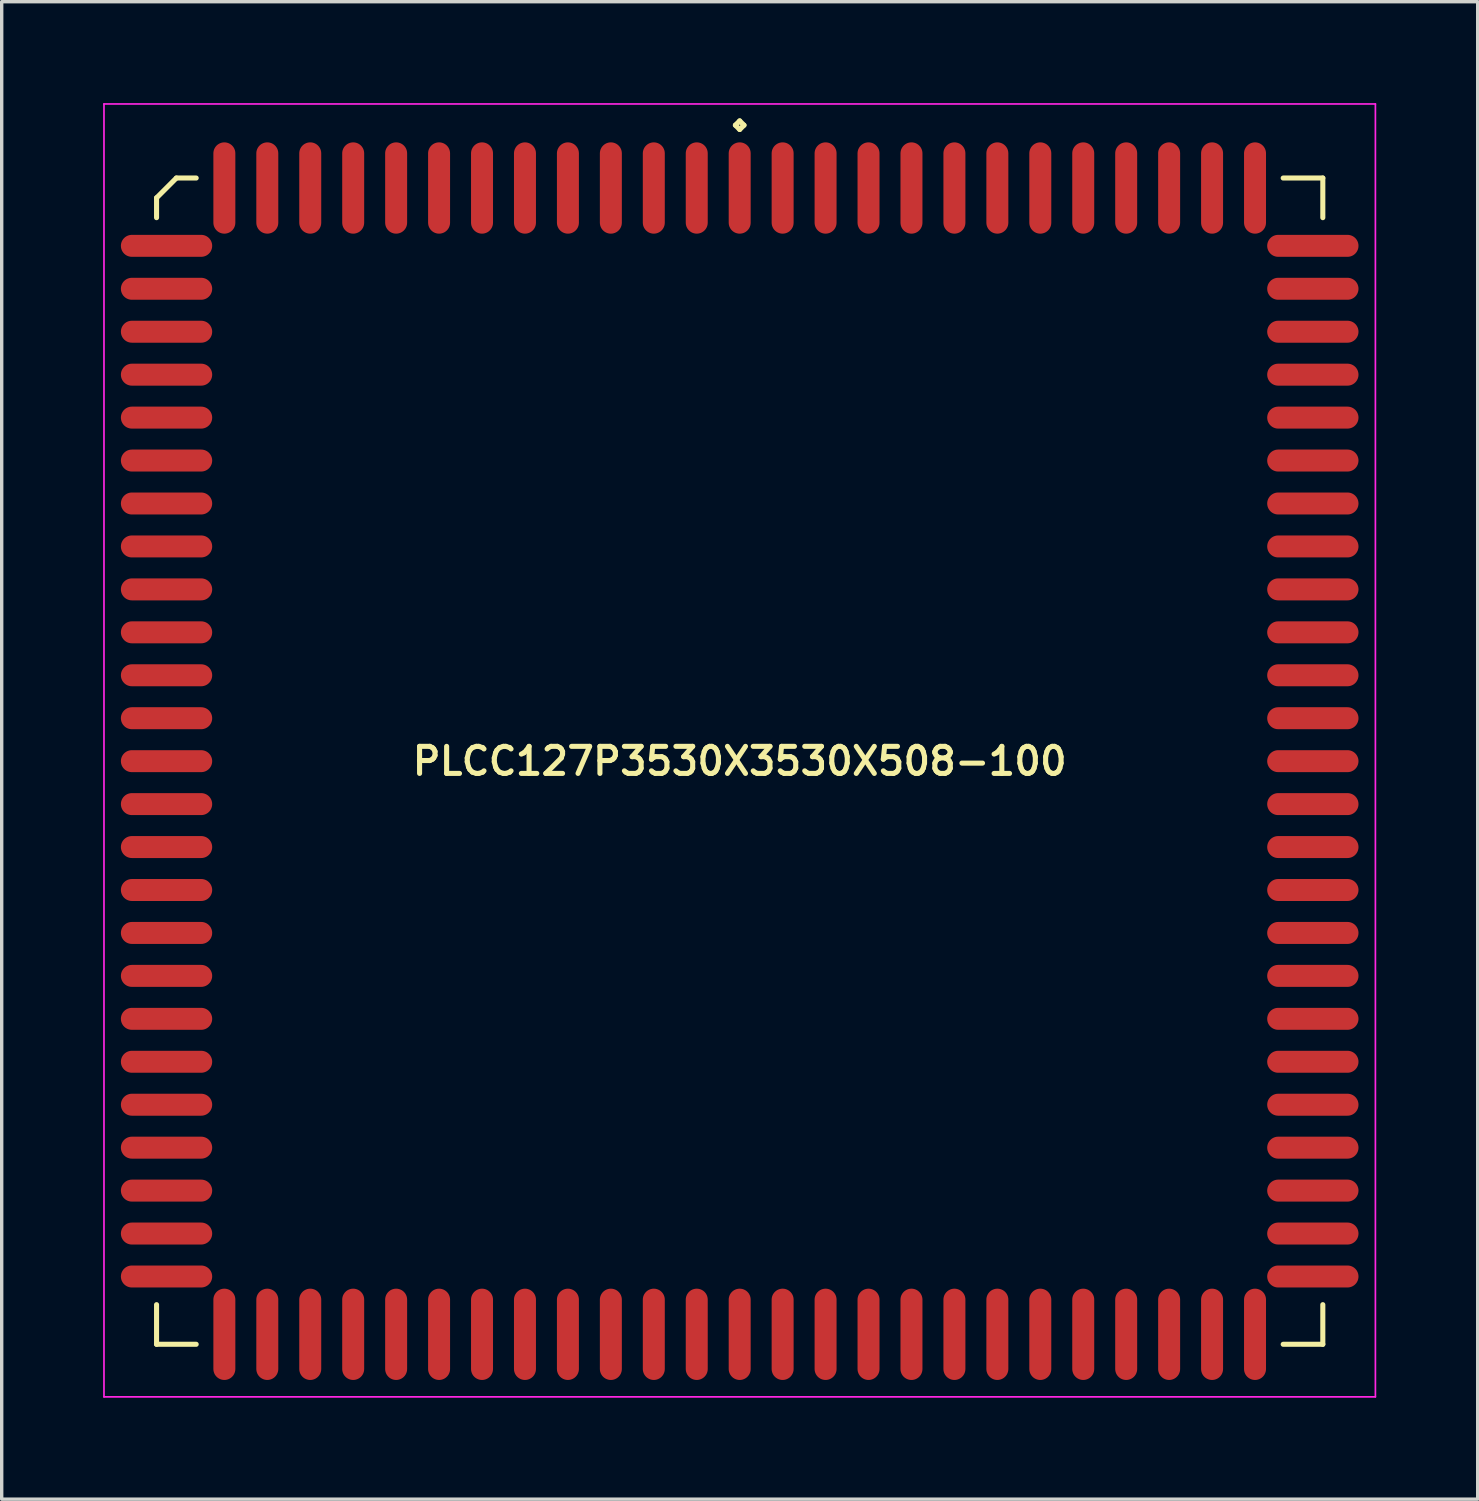
<source format=kicad_pcb>
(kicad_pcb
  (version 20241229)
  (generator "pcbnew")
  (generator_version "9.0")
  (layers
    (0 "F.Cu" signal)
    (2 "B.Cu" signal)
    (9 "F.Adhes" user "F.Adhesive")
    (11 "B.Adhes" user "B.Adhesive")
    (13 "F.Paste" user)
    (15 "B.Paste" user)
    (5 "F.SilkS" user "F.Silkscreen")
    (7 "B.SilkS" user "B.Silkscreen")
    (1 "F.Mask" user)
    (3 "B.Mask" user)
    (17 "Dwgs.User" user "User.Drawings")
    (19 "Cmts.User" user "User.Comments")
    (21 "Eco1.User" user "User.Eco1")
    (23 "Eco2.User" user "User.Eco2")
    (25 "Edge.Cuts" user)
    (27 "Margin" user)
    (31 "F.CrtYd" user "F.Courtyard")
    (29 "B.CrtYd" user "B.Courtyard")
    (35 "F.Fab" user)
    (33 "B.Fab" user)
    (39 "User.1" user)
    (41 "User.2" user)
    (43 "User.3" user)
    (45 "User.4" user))
  (footprint "PLCC127P3530X3530X508-100"
    (layer "F.Cu")
    (at 18.825 19.46)
    (property "Reference" "PLCC127P3530X3530X508-100" (at 0 0 0) (layer "F.SilkS") (effects (font (size 0.8 0.8) (thickness 0.15))))
    (attr smd)
    (fp_line (start -17.245 -16.659) (end -16.659 -17.245) (stroke (width 0.15) (type solid)) (layer "F.SilkS"))
    (fp_line (start -17.245 -16.073) (end -17.245 -16.659) (stroke (width 0.15) (type solid)) (layer "F.SilkS"))
    (fp_line (start -17.245 16.073) (end -17.245 17.245) (stroke (width 0.15) (type solid)) (layer "F.SilkS"))
    (fp_line (start -17.245 17.245) (end -16.073 17.245) (stroke (width 0.15) (type solid)) (layer "F.SilkS"))
    (fp_line (start -16.659 -17.245) (end -16.073 -17.245) (stroke (width 0.15) (type solid)) (layer "F.SilkS"))
    (fp_line (start -0.127 -18.808) (end 0 -18.935) (stroke (width 0.15) (type solid)) (layer "F.SilkS"))
    (fp_line (start 0 -18.935) (end 0.127 -18.808) (stroke (width 0.15) (type solid)) (layer "F.SilkS"))
    (fp_line (start 0 -18.681) (end -0.127 -18.808) (stroke (width 0.15) (type solid)) (layer "F.SilkS"))
    (fp_line (start 0.127 -18.808) (end 0 -18.681) (stroke (width 0.15) (type solid)) (layer "F.SilkS"))
    (fp_line (start 17.245 -17.245) (end 16.073 -17.245) (stroke (width 0.15) (type solid)) (layer "F.SilkS"))
    (fp_line (start 17.245 -16.073) (end 17.245 -17.245) (stroke (width 0.15) (type solid)) (layer "F.SilkS"))
    (fp_line (start 17.245 16.073) (end 17.245 17.245) (stroke (width 0.15) (type solid)) (layer "F.SilkS"))
    (fp_line (start 17.245 17.245) (end 16.073 17.245) (stroke (width 0.15) (type solid)) (layer "F.SilkS"))
    (fp_line (start -18.8 -19.435) (end 18.8 -19.435) (stroke (width 0.05) (type solid)) (layer "F.CrtYd"))
    (fp_line (start -18.8 18.8) (end -18.8 -19.435) (stroke (width 0.05) (type solid)) (layer "F.CrtYd"))
    (fp_line (start 18.8 -19.435) (end 18.8 18.8) (stroke (width 0.05) (type solid)) (layer "F.CrtYd"))
    (fp_line (start 18.8 18.8) (end -18.8 18.8) (stroke (width 0.05) (type solid)) (layer "F.CrtYd"))
    (pad "1" smd oval (at 0 -16.95) (size 0.65 2.7) (layers "F.Cu" "F.Mask" "F.Paste"))
    (pad "2" smd oval (at -1.27 -16.95) (size 0.65 2.7) (layers "F.Cu" "F.Mask" "F.Paste"))
    (pad "3" smd oval (at -2.54 -16.95) (size 0.65 2.7) (layers "F.Cu" "F.Mask" "F.Paste"))
    (pad "4" smd oval (at -3.81 -16.95) (size 0.65 2.7) (layers "F.Cu" "F.Mask" "F.Paste"))
    (pad "5" smd oval (at -5.08 -16.95) (size 0.65 2.7) (layers "F.Cu" "F.Mask" "F.Paste"))
    (pad "6" smd oval (at -6.35 -16.95) (size 0.65 2.7) (layers "F.Cu" "F.Mask" "F.Paste"))
    (pad "7" smd oval (at -7.62 -16.95) (size 0.65 2.7) (layers "F.Cu" "F.Mask" "F.Paste"))
    (pad "8" smd oval (at -8.89 -16.95) (size 0.65 2.7) (layers "F.Cu" "F.Mask" "F.Paste"))
    (pad "9" smd oval (at -10.16 -16.95) (size 0.65 2.7) (layers "F.Cu" "F.Mask" "F.Paste"))
    (pad "10" smd oval (at -11.43 -16.95) (size 0.65 2.7) (layers "F.Cu" "F.Mask" "F.Paste"))
    (pad "11" smd oval (at -12.7 -16.95) (size 0.65 2.7) (layers "F.Cu" "F.Mask" "F.Paste"))
    (pad "12" smd oval (at -13.97 -16.95) (size 0.65 2.7) (layers "F.Cu" "F.Mask" "F.Paste"))
    (pad "13" smd oval (at -15.24 -16.95) (size 0.65 2.7) (layers "F.Cu" "F.Mask" "F.Paste"))
    (pad "14" smd oval (at -16.95 -15.24) (size 2.7 0.65) (layers "F.Cu" "F.Mask" "F.Paste"))
    (pad "15" smd oval (at -16.95 -13.97) (size 2.7 0.65) (layers "F.Cu" "F.Mask" "F.Paste"))
    (pad "16" smd oval (at -16.95 -12.7) (size 2.7 0.65) (layers "F.Cu" "F.Mask" "F.Paste"))
    (pad "17" smd oval (at -16.95 -11.43) (size 2.7 0.65) (layers "F.Cu" "F.Mask" "F.Paste"))
    (pad "18" smd oval (at -16.95 -10.16) (size 2.7 0.65) (layers "F.Cu" "F.Mask" "F.Paste"))
    (pad "19" smd oval (at -16.95 -8.89) (size 2.7 0.65) (layers "F.Cu" "F.Mask" "F.Paste"))
    (pad "20" smd oval (at -16.95 -7.62) (size 2.7 0.65) (layers "F.Cu" "F.Mask" "F.Paste"))
    (pad "21" smd oval (at -16.95 -6.35) (size 2.7 0.65) (layers "F.Cu" "F.Mask" "F.Paste"))
    (pad "22" smd oval (at -16.95 -5.08) (size 2.7 0.65) (layers "F.Cu" "F.Mask" "F.Paste"))
    (pad "23" smd oval (at -16.95 -3.81) (size 2.7 0.65) (layers "F.Cu" "F.Mask" "F.Paste"))
    (pad "24" smd oval (at -16.95 -2.54) (size 2.7 0.65) (layers "F.Cu" "F.Mask" "F.Paste"))
    (pad "25" smd oval (at -16.95 -1.27) (size 2.7 0.65) (layers "F.Cu" "F.Mask" "F.Paste"))
    (pad "26" smd oval (at -16.95 0) (size 2.7 0.65) (layers "F.Cu" "F.Mask" "F.Paste"))
    (pad "27" smd oval (at -16.95 1.27) (size 2.7 0.65) (layers "F.Cu" "F.Mask" "F.Paste"))
    (pad "28" smd oval (at -16.95 2.54) (size 2.7 0.65) (layers "F.Cu" "F.Mask" "F.Paste"))
    (pad "29" smd oval (at -16.95 3.81) (size 2.7 0.65) (layers "F.Cu" "F.Mask" "F.Paste"))
    (pad "30" smd oval (at -16.95 5.08) (size 2.7 0.65) (layers "F.Cu" "F.Mask" "F.Paste"))
    (pad "31" smd oval (at -16.95 6.35) (size 2.7 0.65) (layers "F.Cu" "F.Mask" "F.Paste"))
    (pad "32" smd oval (at -16.95 7.62) (size 2.7 0.65) (layers "F.Cu" "F.Mask" "F.Paste"))
    (pad "33" smd oval (at -16.95 8.89) (size 2.7 0.65) (layers "F.Cu" "F.Mask" "F.Paste"))
    (pad "34" smd oval (at -16.95 10.16) (size 2.7 0.65) (layers "F.Cu" "F.Mask" "F.Paste"))
    (pad "35" smd oval (at -16.95 11.43) (size 2.7 0.65) (layers "F.Cu" "F.Mask" "F.Paste"))
    (pad "36" smd oval (at -16.95 12.7) (size 2.7 0.65) (layers "F.Cu" "F.Mask" "F.Paste"))
    (pad "37" smd oval (at -16.95 13.97) (size 2.7 0.65) (layers "F.Cu" "F.Mask" "F.Paste"))
    (pad "38" smd oval (at -16.95 15.24) (size 2.7 0.65) (layers "F.Cu" "F.Mask" "F.Paste"))
    (pad "39" smd oval (at -15.24 16.95) (size 0.65 2.7) (layers "F.Cu" "F.Mask" "F.Paste"))
    (pad "40" smd oval (at -13.97 16.95) (size 0.65 2.7) (layers "F.Cu" "F.Mask" "F.Paste"))
    (pad "41" smd oval (at -12.7 16.95) (size 0.65 2.7) (layers "F.Cu" "F.Mask" "F.Paste"))
    (pad "42" smd oval (at -11.43 16.95) (size 0.65 2.7) (layers "F.Cu" "F.Mask" "F.Paste"))
    (pad "43" smd oval (at -10.16 16.95) (size 0.65 2.7) (layers "F.Cu" "F.Mask" "F.Paste"))
    (pad "44" smd oval (at -8.89 16.95) (size 0.65 2.7) (layers "F.Cu" "F.Mask" "F.Paste"))
    (pad "45" smd oval (at -7.62 16.95) (size 0.65 2.7) (layers "F.Cu" "F.Mask" "F.Paste"))
    (pad "46" smd oval (at -6.35 16.95) (size 0.65 2.7) (layers "F.Cu" "F.Mask" "F.Paste"))
    (pad "47" smd oval (at -5.08 16.95) (size 0.65 2.7) (layers "F.Cu" "F.Mask" "F.Paste"))
    (pad "48" smd oval (at -3.81 16.95) (size 0.65 2.7) (layers "F.Cu" "F.Mask" "F.Paste"))
    (pad "49" smd oval (at -2.54 16.95) (size 0.65 2.7) (layers "F.Cu" "F.Mask" "F.Paste"))
    (pad "50" smd oval (at -1.27 16.95) (size 0.65 2.7) (layers "F.Cu" "F.Mask" "F.Paste"))
    (pad "51" smd oval (at 0 16.95) (size 0.65 2.7) (layers "F.Cu" "F.Mask" "F.Paste"))
    (pad "52" smd oval (at 1.27 16.95) (size 0.65 2.7) (layers "F.Cu" "F.Mask" "F.Paste"))
    (pad "53" smd oval (at 2.54 16.95) (size 0.65 2.7) (layers "F.Cu" "F.Mask" "F.Paste"))
    (pad "54" smd oval (at 3.81 16.95) (size 0.65 2.7) (layers "F.Cu" "F.Mask" "F.Paste"))
    (pad "55" smd oval (at 5.08 16.95) (size 0.65 2.7) (layers "F.Cu" "F.Mask" "F.Paste"))
    (pad "56" smd oval (at 6.35 16.95) (size 0.65 2.7) (layers "F.Cu" "F.Mask" "F.Paste"))
    (pad "57" smd oval (at 7.62 16.95) (size 0.65 2.7) (layers "F.Cu" "F.Mask" "F.Paste"))
    (pad "58" smd oval (at 8.89 16.95) (size 0.65 2.7) (layers "F.Cu" "F.Mask" "F.Paste"))
    (pad "59" smd oval (at 10.16 16.95) (size 0.65 2.7) (layers "F.Cu" "F.Mask" "F.Paste"))
    (pad "60" smd oval (at 11.43 16.95) (size 0.65 2.7) (layers "F.Cu" "F.Mask" "F.Paste"))
    (pad "61" smd oval (at 12.7 16.95) (size 0.65 2.7) (layers "F.Cu" "F.Mask" "F.Paste"))
    (pad "62" smd oval (at 13.97 16.95) (size 0.65 2.7) (layers "F.Cu" "F.Mask" "F.Paste"))
    (pad "63" smd oval (at 15.24 16.95) (size 0.65 2.7) (layers "F.Cu" "F.Mask" "F.Paste"))
    (pad "64" smd oval (at 16.95 15.24) (size 2.7 0.65) (layers "F.Cu" "F.Mask" "F.Paste"))
    (pad "65" smd oval (at 16.95 13.97) (size 2.7 0.65) (layers "F.Cu" "F.Mask" "F.Paste"))
    (pad "66" smd oval (at 16.95 12.7) (size 2.7 0.65) (layers "F.Cu" "F.Mask" "F.Paste"))
    (pad "67" smd oval (at 16.95 11.43) (size 2.7 0.65) (layers "F.Cu" "F.Mask" "F.Paste"))
    (pad "68" smd oval (at 16.95 10.16) (size 2.7 0.65) (layers "F.Cu" "F.Mask" "F.Paste"))
    (pad "69" smd oval (at 16.95 8.89) (size 2.7 0.65) (layers "F.Cu" "F.Mask" "F.Paste"))
    (pad "70" smd oval (at 16.95 7.62) (size 2.7 0.65) (layers "F.Cu" "F.Mask" "F.Paste"))
    (pad "71" smd oval (at 16.95 6.35) (size 2.7 0.65) (layers "F.Cu" "F.Mask" "F.Paste"))
    (pad "72" smd oval (at 16.95 5.08) (size 2.7 0.65) (layers "F.Cu" "F.Mask" "F.Paste"))
    (pad "73" smd oval (at 16.95 3.81) (size 2.7 0.65) (layers "F.Cu" "F.Mask" "F.Paste"))
    (pad "74" smd oval (at 16.95 2.54) (size 2.7 0.65) (layers "F.Cu" "F.Mask" "F.Paste"))
    (pad "75" smd oval (at 16.95 1.27) (size 2.7 0.65) (layers "F.Cu" "F.Mask" "F.Paste"))
    (pad "76" smd oval (at 16.95 0) (size 2.7 0.65) (layers "F.Cu" "F.Mask" "F.Paste"))
    (pad "77" smd oval (at 16.95 -1.27) (size 2.7 0.65) (layers "F.Cu" "F.Mask" "F.Paste"))
    (pad "78" smd oval (at 16.95 -2.54) (size 2.7 0.65) (layers "F.Cu" "F.Mask" "F.Paste"))
    (pad "79" smd oval (at 16.95 -3.81) (size 2.7 0.65) (layers "F.Cu" "F.Mask" "F.Paste"))
    (pad "80" smd oval (at 16.95 -5.08) (size 2.7 0.65) (layers "F.Cu" "F.Mask" "F.Paste"))
    (pad "81" smd oval (at 16.95 -6.35) (size 2.7 0.65) (layers "F.Cu" "F.Mask" "F.Paste"))
    (pad "82" smd oval (at 16.95 -7.62) (size 2.7 0.65) (layers "F.Cu" "F.Mask" "F.Paste"))
    (pad "83" smd oval (at 16.95 -8.89) (size 2.7 0.65) (layers "F.Cu" "F.Mask" "F.Paste"))
    (pad "84" smd oval (at 16.95 -10.16) (size 2.7 0.65) (layers "F.Cu" "F.Mask" "F.Paste"))
    (pad "85" smd oval (at 16.95 -11.43) (size 2.7 0.65) (layers "F.Cu" "F.Mask" "F.Paste"))
    (pad "86" smd oval (at 16.95 -12.7) (size 2.7 0.65) (layers "F.Cu" "F.Mask" "F.Paste"))
    (pad "87" smd oval (at 16.95 -13.97) (size 2.7 0.65) (layers "F.Cu" "F.Mask" "F.Paste"))
    (pad "88" smd oval (at 16.95 -15.24) (size 2.7 0.65) (layers "F.Cu" "F.Mask" "F.Paste"))
    (pad "89" smd oval (at 15.24 -16.95) (size 0.65 2.7) (layers "F.Cu" "F.Mask" "F.Paste"))
    (pad "90" smd oval (at 13.97 -16.95) (size 0.65 2.7) (layers "F.Cu" "F.Mask" "F.Paste"))
    (pad "91" smd oval (at 12.7 -16.95) (size 0.65 2.7) (layers "F.Cu" "F.Mask" "F.Paste"))
    (pad "92" smd oval (at 11.43 -16.95) (size 0.65 2.7) (layers "F.Cu" "F.Mask" "F.Paste"))
    (pad "93" smd oval (at 10.16 -16.95) (size 0.65 2.7) (layers "F.Cu" "F.Mask" "F.Paste"))
    (pad "94" smd oval (at 8.89 -16.95) (size 0.65 2.7) (layers "F.Cu" "F.Mask" "F.Paste"))
    (pad "95" smd oval (at 7.62 -16.95) (size 0.65 2.7) (layers "F.Cu" "F.Mask" "F.Paste"))
    (pad "96" smd oval (at 6.35 -16.95) (size 0.65 2.7) (layers "F.Cu" "F.Mask" "F.Paste"))
    (pad "97" smd oval (at 5.08 -16.95) (size 0.65 2.7) (layers "F.Cu" "F.Mask" "F.Paste"))
    (pad "98" smd oval (at 3.81 -16.95) (size 0.65 2.7) (layers "F.Cu" "F.Mask" "F.Paste"))
    (pad "99" smd oval (at 2.54 -16.95) (size 0.65 2.7) (layers "F.Cu" "F.Mask" "F.Paste"))
    (pad "100" smd oval (at 1.27 -16.95) (size 0.65 2.7) (layers "F.Cu" "F.Mask" "F.Paste")))
  (gr_rect
    (start -3 -3)
    (end 40.65 41.285)
    (stroke (width 0.1) (type default))
    (fill no)
    (layer "Edge.Cuts")))
</source>
